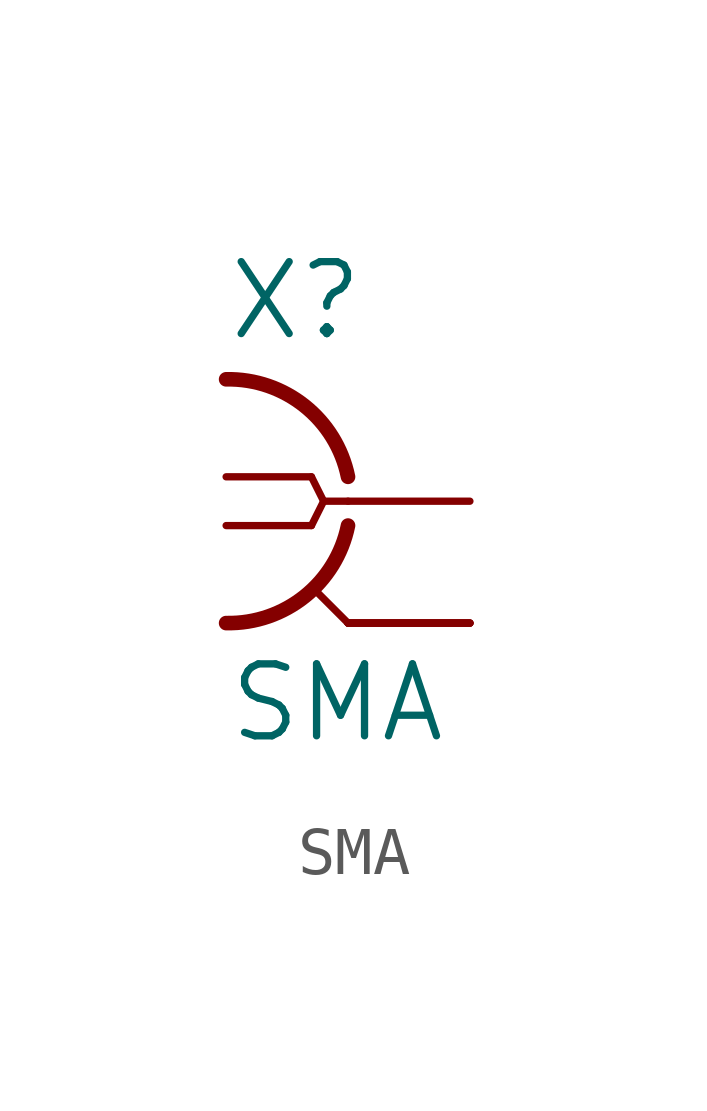
<source format=kicad_sym>
(kicad_symbol_lib
  (version 20211014)
  (generator kicad_symbol_editor)
  (symbol "SMA"
    (pin_names
      (offset 1.016))
    (property "Reference" "X"
      (at -2.54 3.302 0)
      (effects (font (size 1.499 1.499)) (justify left bottom)))
    (property "Value" "SMA"
      (at -2.54 -5.08 0)
      (effects (font (size 1.499 1.499)) (justify left bottom)))
    (property "ki_locked" ""
      (at 0 0 0)
      (effects (font (size 1.27 1.27))))
    (symbol "SMA_1_0"
      (arc (start -2.54 -2.54) (mid -0.9022 -1.9838) (end 0 -0.508) (stroke (width 0.3048) (type default) (color 0 0 0 0)) (fill (type none)))
      (polyline (pts (xy -2.54 0.508) (xy -0.762 0.508)) (stroke (width 0) (type default) (color 0 0 0 0)) (fill (type none)))
      (polyline (pts (xy -0.762 -0.508) (xy -2.54 -0.508)) (stroke (width 0) (type default) (color 0 0 0 0)) (fill (type none)))
      (polyline (pts (xy -0.762 0.508) (xy -0.508 0)) (stroke (width 0) (type default) (color 0 0 0 0)) (fill (type none)))
      (polyline (pts (xy -0.508 0) (xy -0.762 -0.508)) (stroke (width 0) (type default) (color 0 0 0 0)) (fill (type none)))
      (polyline (pts (xy 0 -2.54) (xy -0.762 -1.778)) (stroke (width 0) (type default) (color 0 0 0 0)) (fill (type none)))
      (polyline (pts (xy 0 0) (xy -0.508 0)) (stroke (width 0) (type default) (color 0 0 0 0)) (fill (type none)))
      (arc (start 0 0.508) (mid -0.9022 1.9838) (end -2.54 2.54) (stroke (width 0.3048) (type default) (color 0 0 0 0)) (fill (type none)))
      (pin passive line (at 2.54 0 180) (length 2.54) (name "1" (effects (font (size 0 0)))) (number "1" (effects (font (size 0 0)))))
      (pin passive line (at 2.54 -2.54 180) (length 2.54) (name "2" (effects (font (size 0 0)))) (number "G@1" (effects (font (size 0 0)))))
      (pin passive line (at 2.54 -2.54 180) (length 2.54) (name "2" (effects (font (size 0 0)))) (number "G@2" (effects (font (size 0 0)))))
      (pin passive line (at 2.54 -2.54 180) (length 2.54) (name "2" (effects (font (size 0 0)))) (number "G@3" (effects (font (size 0 0)))))
      (pin passive line (at 2.54 -2.54 180) (length 2.54) (name "2" (effects (font (size 0 0)))) (number "G@4" (effects (font (size 0 0))))))))
</source>
